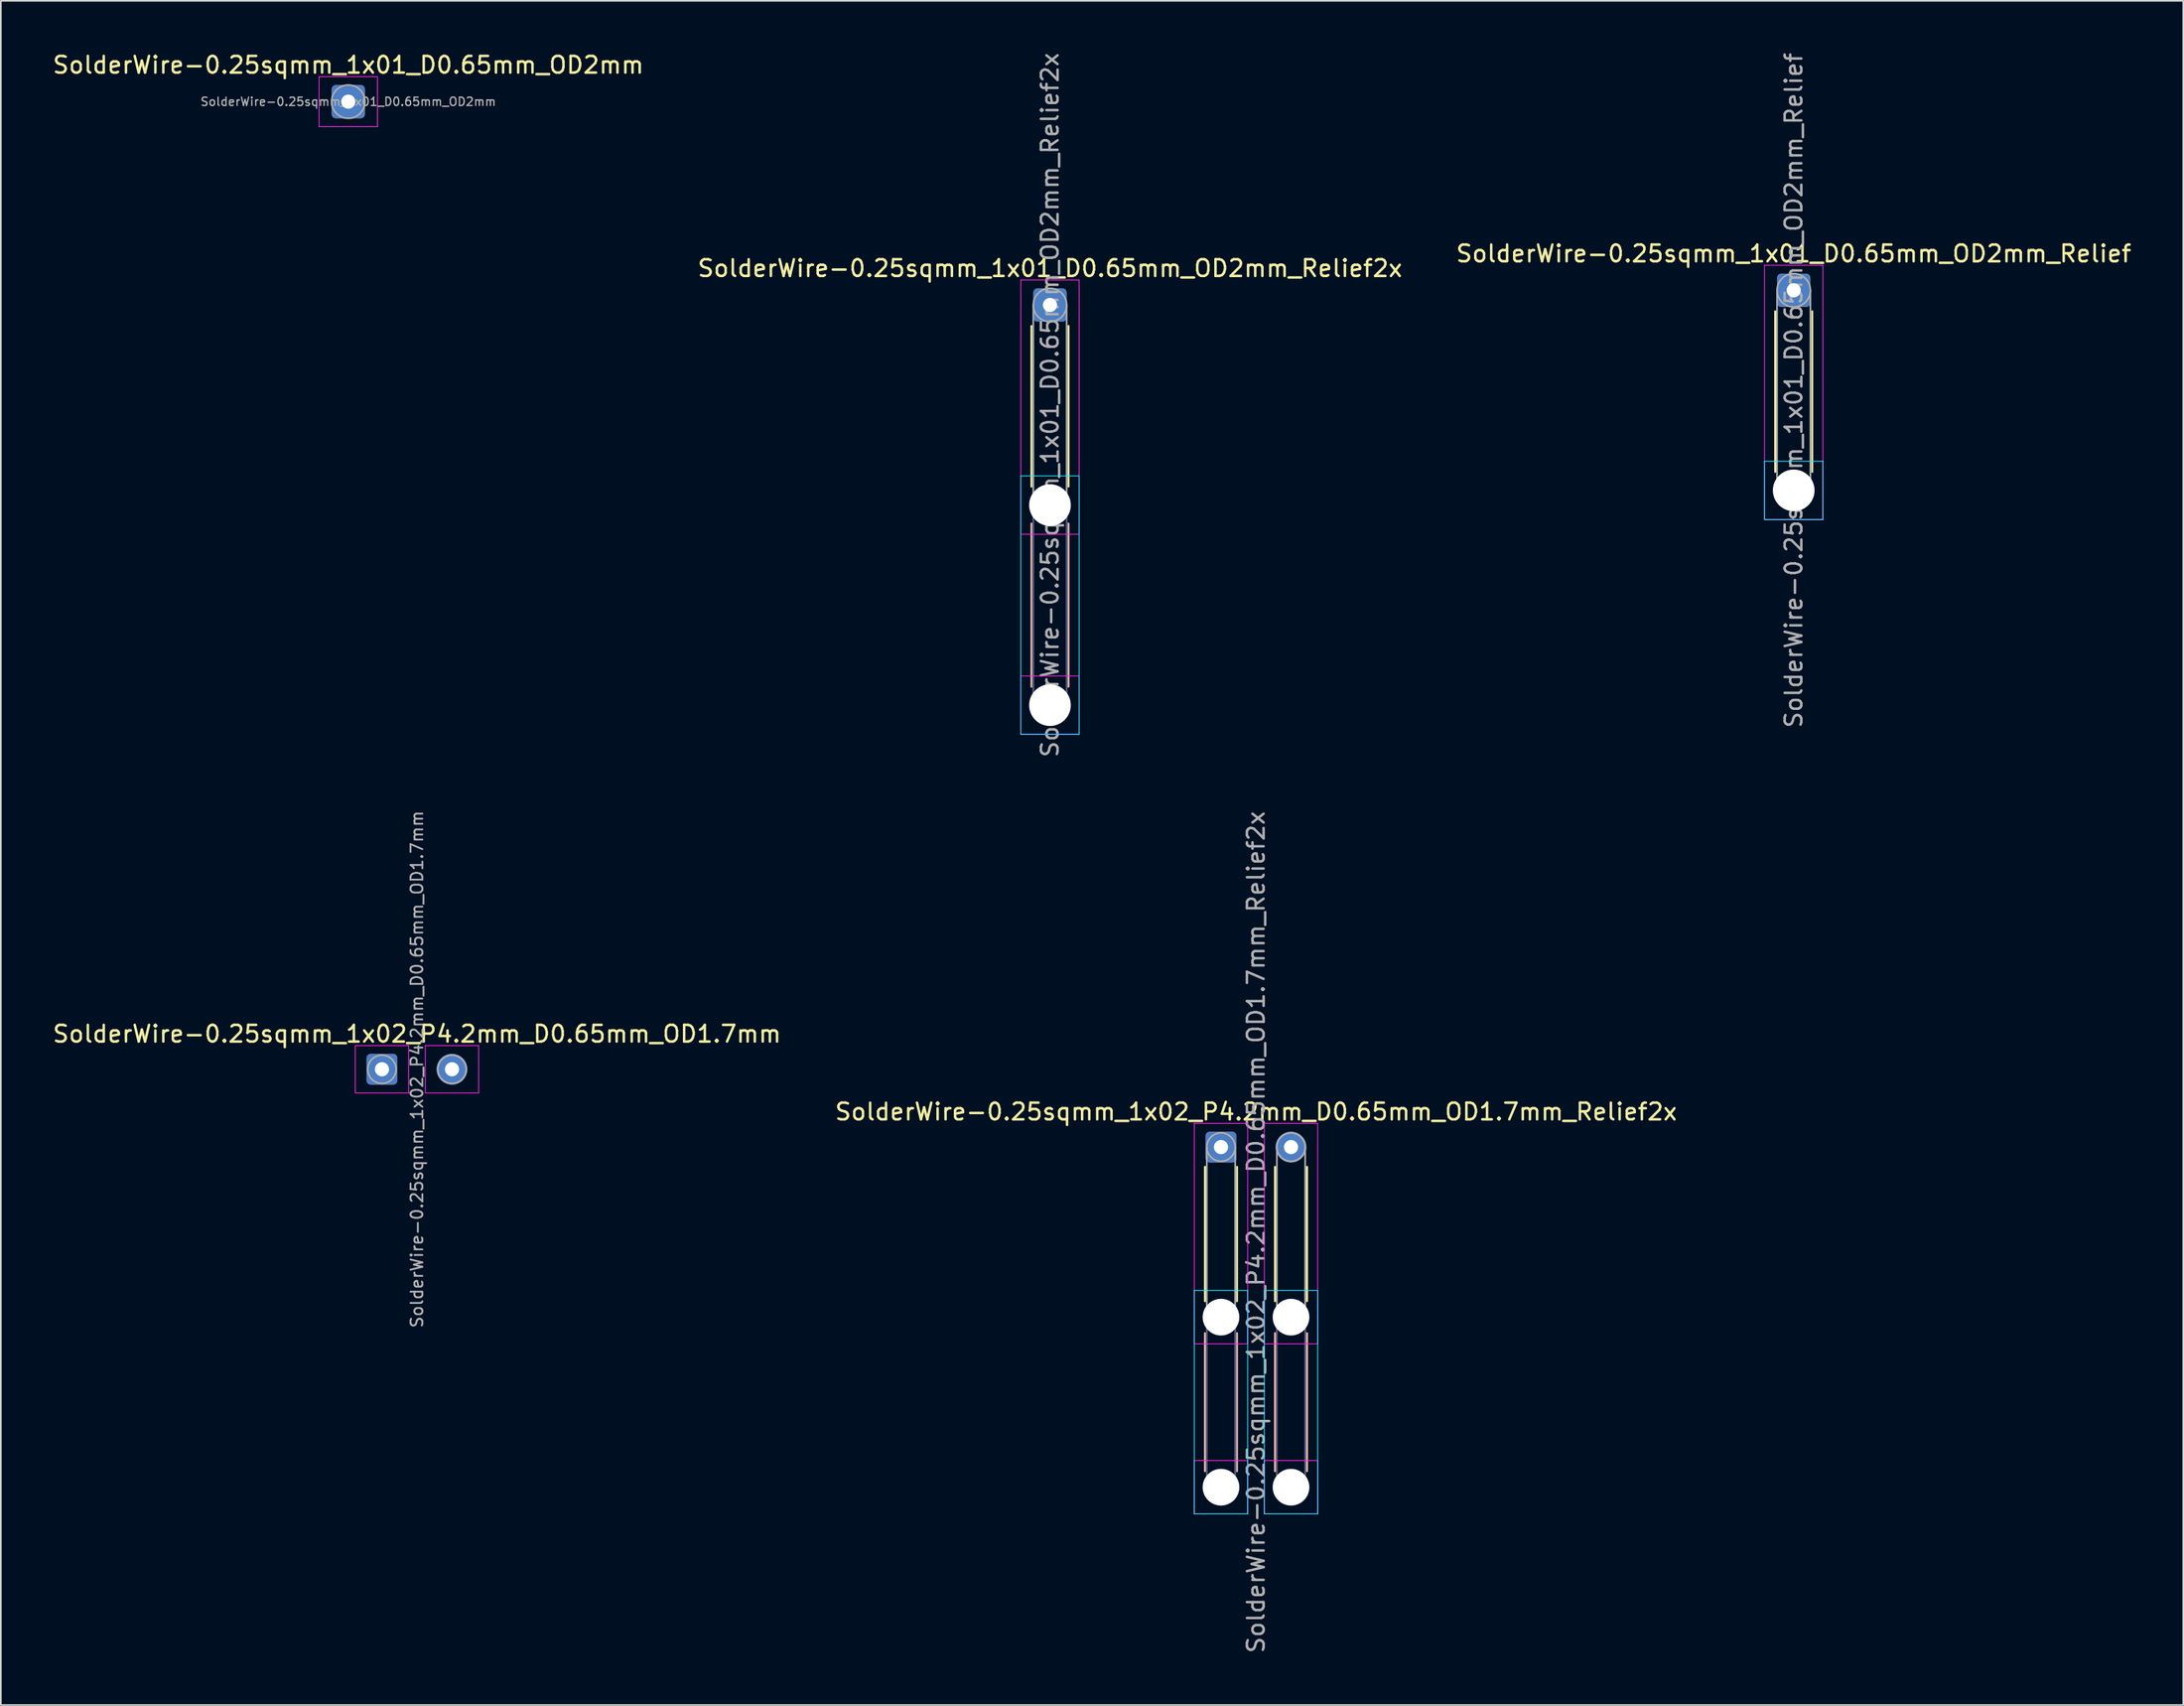
<source format=kicad_pcb>
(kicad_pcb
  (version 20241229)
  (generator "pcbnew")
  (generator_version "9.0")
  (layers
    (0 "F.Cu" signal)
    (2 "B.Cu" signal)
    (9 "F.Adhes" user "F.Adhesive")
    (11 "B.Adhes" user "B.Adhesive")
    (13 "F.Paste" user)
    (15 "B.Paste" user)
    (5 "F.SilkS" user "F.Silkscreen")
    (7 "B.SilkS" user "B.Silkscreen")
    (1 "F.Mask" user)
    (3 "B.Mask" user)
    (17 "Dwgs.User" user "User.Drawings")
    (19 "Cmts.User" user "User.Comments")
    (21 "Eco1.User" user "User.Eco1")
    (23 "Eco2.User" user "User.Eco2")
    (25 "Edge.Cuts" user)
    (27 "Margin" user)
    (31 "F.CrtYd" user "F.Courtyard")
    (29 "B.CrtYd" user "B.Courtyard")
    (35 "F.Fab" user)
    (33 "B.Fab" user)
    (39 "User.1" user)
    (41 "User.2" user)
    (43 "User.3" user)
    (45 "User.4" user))
  (footprint "SolderWire-0.25sqmm_1x01_D0.65mm_OD2mm_Relief"
    (layer "F.Cu")
    (at 104.53 14.363)
    (property "Reference" "SolderWire-0.25sqmm_1x01_D0.65mm_OD2mm_Relief" (at 0 -2.2 0) (layer "F.SilkS") (effects (font (size 1 1) (thickness 0.15))))
    (attr exclude_from_pos_files exclude_from_bom)
    (fp_line (start -1.11 1.26) (end -1.11 10.89) (stroke (width 0.12) (type solid)) (layer "F.SilkS"))
    (fp_line (start 1.11 1.26) (end 1.11 10.89) (stroke (width 0.12) (type solid)) (layer "F.SilkS"))
    (fp_line (start -1.75 10.25) (end -1.75 13.75) (stroke (width 0.05) (type solid)) (layer "B.CrtYd"))
    (fp_line (start -1.75 13.75) (end 1.75 13.75) (stroke (width 0.05) (type solid)) (layer "B.CrtYd"))
    (fp_line (start 1.75 10.25) (end -1.75 10.25) (stroke (width 0.05) (type solid)) (layer "B.CrtYd"))
    (fp_line (start 1.75 13.75) (end 1.75 10.25) (stroke (width 0.05) (type solid)) (layer "B.CrtYd"))
    (fp_line (start -1.75 -1.5) (end -1.75 13.75) (stroke (width 0.05) (type solid)) (layer "F.CrtYd"))
    (fp_line (start -1.75 13.75) (end 1.75 13.75) (stroke (width 0.05) (type solid)) (layer "F.CrtYd"))
    (fp_line (start 1.75 -1.5) (end -1.75 -1.5) (stroke (width 0.05) (type solid)) (layer "F.CrtYd"))
    (fp_line (start 1.75 13.75) (end 1.75 -1.5) (stroke (width 0.05) (type solid)) (layer "F.CrtYd"))
    (fp_line (start -1 0) (end -1 12) (stroke (width 0.1) (type solid)) (layer "F.Fab"))
    (fp_line (start 1 0) (end 1 12) (stroke (width 0.1) (type solid)) (layer "F.Fab"))
    (fp_circle (center 0 0) (end 1 0) (stroke (width 0.1) (type solid)) (fill no) (layer "F.Fab"))
    (fp_circle (center 0 12) (end 1 12) (stroke (width 0.1) (type solid)) (fill no) (layer "F.Fab"))
    (fp_text user "${REFERENCE}" (at 0 6 90) (layer "F.Fab") (effects (font (size 1 1) (thickness 0.15))))
    (pad "" np_thru_hole circle (at 0 12) (size 2.5 2.5) (drill 2.5) (layers "*.Cu" "*.Mask"))
    (pad "1" thru_hole roundrect (at 0 0) (size 2 2) (drill 0.85) (layers "*.Cu" "*.Mask") (roundrect_rratio 0.125)))
  (footprint "SolderWire-0.25sqmm_1x02_P4.2mm_D0.65mm_OD1.7mm"
    (layer "F.Cu")
    (at 19.858 61.084)
    (property "Reference" "SolderWire-0.25sqmm_1x02_P4.2mm_D0.65mm_OD1.7mm" (at 2.1 -2.12 0) (layer "F.SilkS") (effects (font (size 1 1) (thickness 0.15))))
    (attr exclude_from_pos_files exclude_from_bom)
    (fp_line (start -1.6 -1.42) (end -1.6 1.42) (stroke (width 0.05) (type solid)) (layer "F.CrtYd"))
    (fp_line (start -1.6 1.42) (end 1.6 1.42) (stroke (width 0.05) (type solid)) (layer "F.CrtYd"))
    (fp_line (start 1.6 -1.42) (end -1.6 -1.42) (stroke (width 0.05) (type solid)) (layer "F.CrtYd"))
    (fp_line (start 1.6 1.42) (end 1.6 -1.42) (stroke (width 0.05) (type solid)) (layer "F.CrtYd"))
    (fp_line (start 2.6 -1.42) (end 2.6 1.42) (stroke (width 0.05) (type solid)) (layer "F.CrtYd"))
    (fp_line (start 2.6 1.42) (end 5.8 1.42) (stroke (width 0.05) (type solid)) (layer "F.CrtYd"))
    (fp_line (start 5.8 -1.42) (end 2.6 -1.42) (stroke (width 0.05) (type solid)) (layer "F.CrtYd"))
    (fp_line (start 5.8 1.42) (end 5.8 -1.42) (stroke (width 0.05) (type solid)) (layer "F.CrtYd"))
    (fp_circle (center 0 0) (end 0.85 0) (stroke (width 0.1) (type solid)) (fill no) (layer "F.Fab"))
    (fp_circle (center 4.2 0) (end 5.05 0) (stroke (width 0.1) (type solid)) (fill no) (layer "F.Fab"))
    (fp_text user "${REFERENCE}" (at 2.1 0 90) (layer "F.Fab") (effects (font (size 0.71 0.71) (thickness 0.11))))
    (pad "1" thru_hole roundrect (at 0 0) (size 1.85 1.85) (drill 0.85) (layers "*.Cu" "*.Mask") (roundrect_rratio 0.135))
    (pad "2" thru_hole circle (at 4.2 0) (size 1.85 1.85) (drill 0.85) (layers "*.Cu" "*.Mask")))
  (footprint "SolderWire-0.25sqmm_1x01_D0.65mm_OD2mm"
    (layer "F.Cu")
    (at 17.839 3.048)
    (property "Reference" "SolderWire-0.25sqmm_1x01_D0.65mm_OD2mm" (at 0 -2.2 0) (layer "F.SilkS") (effects (font (size 1 1) (thickness 0.15))))
    (attr exclude_from_pos_files exclude_from_bom)
    (fp_line (start -1.75 -1.5) (end -1.75 1.5) (stroke (width 0.05) (type solid)) (layer "F.CrtYd"))
    (fp_line (start -1.75 1.5) (end 1.75 1.5) (stroke (width 0.05) (type solid)) (layer "F.CrtYd"))
    (fp_line (start 1.75 -1.5) (end -1.75 -1.5) (stroke (width 0.05) (type solid)) (layer "F.CrtYd"))
    (fp_line (start 1.75 1.5) (end 1.75 -1.5) (stroke (width 0.05) (type solid)) (layer "F.CrtYd"))
    (fp_circle (center 0 0) (end 1 0) (stroke (width 0.1) (type solid)) (fill no) (layer "F.Fab"))
    (fp_text user "${REFERENCE}" (at 0 0 0) (layer "F.Fab") (effects (font (size 0.5 0.5) (thickness 0.08))))
    (pad "1" thru_hole roundrect (at 0 0) (size 2 2) (drill 0.85) (layers "*.Cu" "*.Mask") (roundrect_rratio 0.125)))
  (footprint "SolderWire-0.25sqmm_1x02_P4.2mm_D0.65mm_OD1.7mm_Relief2x"
    (layer "F.Cu")
    (at 70.18 65.751)
    (property "Reference" "SolderWire-0.25sqmm_1x02_P4.2mm_D0.65mm_OD1.7mm_Relief2x" (at 2.1 -2.12 0) (layer "F.SilkS") (effects (font (size 1 1) (thickness 0.15))))
    (attr exclude_from_pos_files exclude_from_bom)
    (fp_line (start -0.96 1.185) (end -0.96 9.24) (stroke (width 0.12) (type solid)) (layer "F.SilkS"))
    (fp_line (start 0.96 1.185) (end 0.96 9.24) (stroke (width 0.12) (type solid)) (layer "F.SilkS"))
    (fp_line (start 3.24 1.185) (end 3.24 9.24) (stroke (width 0.12) (type solid)) (layer "F.SilkS"))
    (fp_line (start 5.16 1.185) (end 5.16 9.24) (stroke (width 0.12) (type solid)) (layer "F.SilkS"))
    (fp_line (start -0.96 11.16) (end -0.96 19.44) (stroke (width 0.12) (type solid)) (layer "B.SilkS"))
    (fp_line (start 0.96 11.16) (end 0.96 19.44) (stroke (width 0.12) (type solid)) (layer "B.SilkS"))
    (fp_line (start 3.24 11.16) (end 3.24 19.44) (stroke (width 0.12) (type solid)) (layer "B.SilkS"))
    (fp_line (start 5.16 11.16) (end 5.16 19.44) (stroke (width 0.12) (type solid)) (layer "B.SilkS"))
    (fp_line (start -1.6 8.6) (end -1.6 22) (stroke (width 0.05) (type solid)) (layer "B.CrtYd"))
    (fp_line (start -1.6 22) (end 1.6 22) (stroke (width 0.05) (type solid)) (layer "B.CrtYd"))
    (fp_line (start 1.6 8.6) (end -1.6 8.6) (stroke (width 0.05) (type solid)) (layer "B.CrtYd"))
    (fp_line (start 1.6 22) (end 1.6 8.6) (stroke (width 0.05) (type solid)) (layer "B.CrtYd"))
    (fp_line (start 2.6 8.6) (end 2.6 22) (stroke (width 0.05) (type solid)) (layer "B.CrtYd"))
    (fp_line (start 2.6 22) (end 5.8 22) (stroke (width 0.05) (type solid)) (layer "B.CrtYd"))
    (fp_line (start 5.8 8.6) (end 2.6 8.6) (stroke (width 0.05) (type solid)) (layer "B.CrtYd"))
    (fp_line (start 5.8 22) (end 5.8 8.6) (stroke (width 0.05) (type solid)) (layer "B.CrtYd"))
    (fp_line (start -1.6 -1.42) (end -1.6 11.8) (stroke (width 0.05) (type solid)) (layer "F.CrtYd"))
    (fp_line (start -1.6 11.8) (end 1.6 11.8) (stroke (width 0.05) (type solid)) (layer "F.CrtYd"))
    (fp_line (start -1.6 18.8) (end -1.6 22) (stroke (width 0.05) (type solid)) (layer "F.CrtYd"))
    (fp_line (start -1.6 22) (end 1.6 22) (stroke (width 0.05) (type solid)) (layer "F.CrtYd"))
    (fp_line (start 1.6 -1.42) (end -1.6 -1.42) (stroke (width 0.05) (type solid)) (layer "F.CrtYd"))
    (fp_line (start 1.6 11.8) (end 1.6 -1.42) (stroke (width 0.05) (type solid)) (layer "F.CrtYd"))
    (fp_line (start 1.6 18.8) (end -1.6 18.8) (stroke (width 0.05) (type solid)) (layer "F.CrtYd"))
    (fp_line (start 1.6 22) (end 1.6 18.8) (stroke (width 0.05) (type solid)) (layer "F.CrtYd"))
    (fp_line (start 2.6 -1.42) (end 2.6 11.8) (stroke (width 0.05) (type solid)) (layer "F.CrtYd"))
    (fp_line (start 2.6 11.8) (end 5.8 11.8) (stroke (width 0.05) (type solid)) (layer "F.CrtYd"))
    (fp_line (start 2.6 18.8) (end 2.6 22) (stroke (width 0.05) (type solid)) (layer "F.CrtYd"))
    (fp_line (start 2.6 22) (end 5.8 22) (stroke (width 0.05) (type solid)) (layer "F.CrtYd"))
    (fp_line (start 5.8 -1.42) (end 2.6 -1.42) (stroke (width 0.05) (type solid)) (layer "F.CrtYd"))
    (fp_line (start 5.8 11.8) (end 5.8 -1.42) (stroke (width 0.05) (type solid)) (layer "F.CrtYd"))
    (fp_line (start 5.8 18.8) (end 2.6 18.8) (stroke (width 0.05) (type solid)) (layer "F.CrtYd"))
    (fp_line (start 5.8 22) (end 5.8 18.8) (stroke (width 0.05) (type solid)) (layer "F.CrtYd"))
    (fp_line (start -0.85 10.2) (end -0.85 20.4) (stroke (width 0.1) (type solid)) (layer "B.Fab"))
    (fp_line (start 0.85 10.2) (end 0.85 20.4) (stroke (width 0.1) (type solid)) (layer "B.Fab"))
    (fp_line (start 3.35 10.2) (end 3.35 20.4) (stroke (width 0.1) (type solid)) (layer "B.Fab"))
    (fp_line (start 5.05 10.2) (end 5.05 20.4) (stroke (width 0.1) (type solid)) (layer "B.Fab"))
    (fp_circle (center 0 10.2) (end 0.85 10.2) (stroke (width 0.1) (type solid)) (fill no) (layer "B.Fab"))
    (fp_circle (center 0 20.4) (end 0.85 20.4) (stroke (width 0.1) (type solid)) (fill no) (layer "B.Fab"))
    (fp_circle (center 4.2 10.2) (end 5.05 10.2) (stroke (width 0.1) (type solid)) (fill no) (layer "B.Fab"))
    (fp_circle (center 4.2 20.4) (end 5.05 20.4) (stroke (width 0.1) (type solid)) (fill no) (layer "B.Fab"))
    (fp_line (start -0.85 0) (end -0.85 10.2) (stroke (width 0.1) (type solid)) (layer "F.Fab"))
    (fp_line (start 0.85 0) (end 0.85 10.2) (stroke (width 0.1) (type solid)) (layer "F.Fab"))
    (fp_line (start 3.35 0) (end 3.35 10.2) (stroke (width 0.1) (type solid)) (layer "F.Fab"))
    (fp_line (start 5.05 0) (end 5.05 10.2) (stroke (width 0.1) (type solid)) (layer "F.Fab"))
    (fp_circle (center 0 0) (end 0.85 0) (stroke (width 0.1) (type solid)) (fill no) (layer "F.Fab"))
    (fp_circle (center 0 10.2) (end 0.85 10.2) (stroke (width 0.1) (type solid)) (fill no) (layer "F.Fab"))
    (fp_circle (center 0 20.4) (end 0.85 20.4) (stroke (width 0.1) (type solid)) (fill no) (layer "F.Fab"))
    (fp_circle (center 4.2 0) (end 5.05 0) (stroke (width 0.1) (type solid)) (fill no) (layer "F.Fab"))
    (fp_circle (center 4.2 10.2) (end 5.05 10.2) (stroke (width 0.1) (type solid)) (fill no) (layer "F.Fab"))
    (fp_circle (center 4.2 20.4) (end 5.05 20.4) (stroke (width 0.1) (type solid)) (fill no) (layer "F.Fab"))
    (fp_text user "${REFERENCE}" (at 2.1 5.1 90) (layer "F.Fab") (effects (font (size 1 1) (thickness 0.15))))
    (pad "" np_thru_hole circle (at 0 10.2) (size 2.2 2.2) (drill 2.2) (layers "*.Cu" "*.Mask"))
    (pad "" np_thru_hole circle (at 0 20.4) (size 2.2 2.2) (drill 2.2) (layers "*.Cu" "*.Mask"))
    (pad "" np_thru_hole circle (at 4.2 10.2) (size 2.2 2.2) (drill 2.2) (layers "*.Cu" "*.Mask"))
    (pad "" np_thru_hole circle (at 4.2 20.4) (size 2.2 2.2) (drill 2.2) (layers "*.Cu" "*.Mask"))
    (pad "1" thru_hole roundrect (at 0 0) (size 1.85 1.85) (drill 0.85) (layers "*.Cu" "*.Mask") (roundrect_rratio 0.135))
    (pad "2" thru_hole circle (at 4.2 0) (size 1.85 1.85) (drill 0.85) (layers "*.Cu" "*.Mask")))
  (footprint "SolderWire-0.25sqmm_1x01_D0.65mm_OD2mm_Relief2x"
    (layer "F.Cu")
    (at 59.923 15.244)
    (property "Reference" "SolderWire-0.25sqmm_1x01_D0.65mm_OD2mm_Relief2x" (at 0 -2.2 0) (layer "F.SilkS") (effects (font (size 1 1) (thickness 0.15))))
    (attr exclude_from_pos_files exclude_from_bom)
    (fp_line (start -1.11 1.26) (end -1.11 10.89) (stroke (width 0.12) (type solid)) (layer "F.SilkS"))
    (fp_line (start 1.11 1.26) (end 1.11 10.89) (stroke (width 0.12) (type solid)) (layer "F.SilkS"))
    (fp_line (start -1.11 13.11) (end -1.11 22.89) (stroke (width 0.12) (type solid)) (layer "B.SilkS"))
    (fp_line (start 1.11 13.11) (end 1.11 22.89) (stroke (width 0.12) (type solid)) (layer "B.SilkS"))
    (fp_line (start -1.75 10.25) (end -1.75 25.75) (stroke (width 0.05) (type solid)) (layer "B.CrtYd"))
    (fp_line (start -1.75 25.75) (end 1.75 25.75) (stroke (width 0.05) (type solid)) (layer "B.CrtYd"))
    (fp_line (start 1.75 10.25) (end -1.75 10.25) (stroke (width 0.05) (type solid)) (layer "B.CrtYd"))
    (fp_line (start 1.75 25.75) (end 1.75 10.25) (stroke (width 0.05) (type solid)) (layer "B.CrtYd"))
    (fp_line (start -1.75 -1.5) (end -1.75 13.75) (stroke (width 0.05) (type solid)) (layer "F.CrtYd"))
    (fp_line (start -1.75 13.75) (end 1.75 13.75) (stroke (width 0.05) (type solid)) (layer "F.CrtYd"))
    (fp_line (start -1.75 22.25) (end -1.75 25.75) (stroke (width 0.05) (type solid)) (layer "F.CrtYd"))
    (fp_line (start -1.75 25.75) (end 1.75 25.75) (stroke (width 0.05) (type solid)) (layer "F.CrtYd"))
    (fp_line (start 1.75 -1.5) (end -1.75 -1.5) (stroke (width 0.05) (type solid)) (layer "F.CrtYd"))
    (fp_line (start 1.75 13.75) (end 1.75 -1.5) (stroke (width 0.05) (type solid)) (layer "F.CrtYd"))
    (fp_line (start 1.75 22.25) (end -1.75 22.25) (stroke (width 0.05) (type solid)) (layer "F.CrtYd"))
    (fp_line (start 1.75 25.75) (end 1.75 22.25) (stroke (width 0.05) (type solid)) (layer "F.CrtYd"))
    (fp_line (start -1 12) (end -1 24) (stroke (width 0.1) (type solid)) (layer "B.Fab"))
    (fp_line (start 1 12) (end 1 24) (stroke (width 0.1) (type solid)) (layer "B.Fab"))
    (fp_circle (center 0 12) (end 1 12) (stroke (width 0.1) (type solid)) (fill no) (layer "B.Fab"))
    (fp_circle (center 0 24) (end 1 24) (stroke (width 0.1) (type solid)) (fill no) (layer "B.Fab"))
    (fp_line (start -1 0) (end -1 12) (stroke (width 0.1) (type solid)) (layer "F.Fab"))
    (fp_line (start 1 0) (end 1 12) (stroke (width 0.1) (type solid)) (layer "F.Fab"))
    (fp_circle (center 0 0) (end 1 0) (stroke (width 0.1) (type solid)) (fill no) (layer "F.Fab"))
    (fp_circle (center 0 12) (end 1 12) (stroke (width 0.1) (type solid)) (fill no) (layer "F.Fab"))
    (fp_circle (center 0 24) (end 1 24) (stroke (width 0.1) (type solid)) (fill no) (layer "F.Fab"))
    (fp_text user "${REFERENCE}" (at 0 6 90) (layer "F.Fab") (effects (font (size 1 1) (thickness 0.15))))
    (pad "" np_thru_hole circle (at 0 12) (size 2.5 2.5) (drill 2.5) (layers "*.Cu" "*.Mask"))
    (pad "" np_thru_hole circle (at 0 24) (size 2.5 2.5) (drill 2.5) (layers "*.Cu" "*.Mask"))
    (pad "1" thru_hole roundrect (at 0 0) (size 2 2) (drill 0.85) (layers "*.Cu" "*.Mask") (roundrect_rratio 0.125)))
  (gr_rect
    (start -3 -3)
    (end 127.893 99.214)
    (stroke (width 0.1) (type default))
    (fill no)
    (layer "Edge.Cuts")))
</source>
